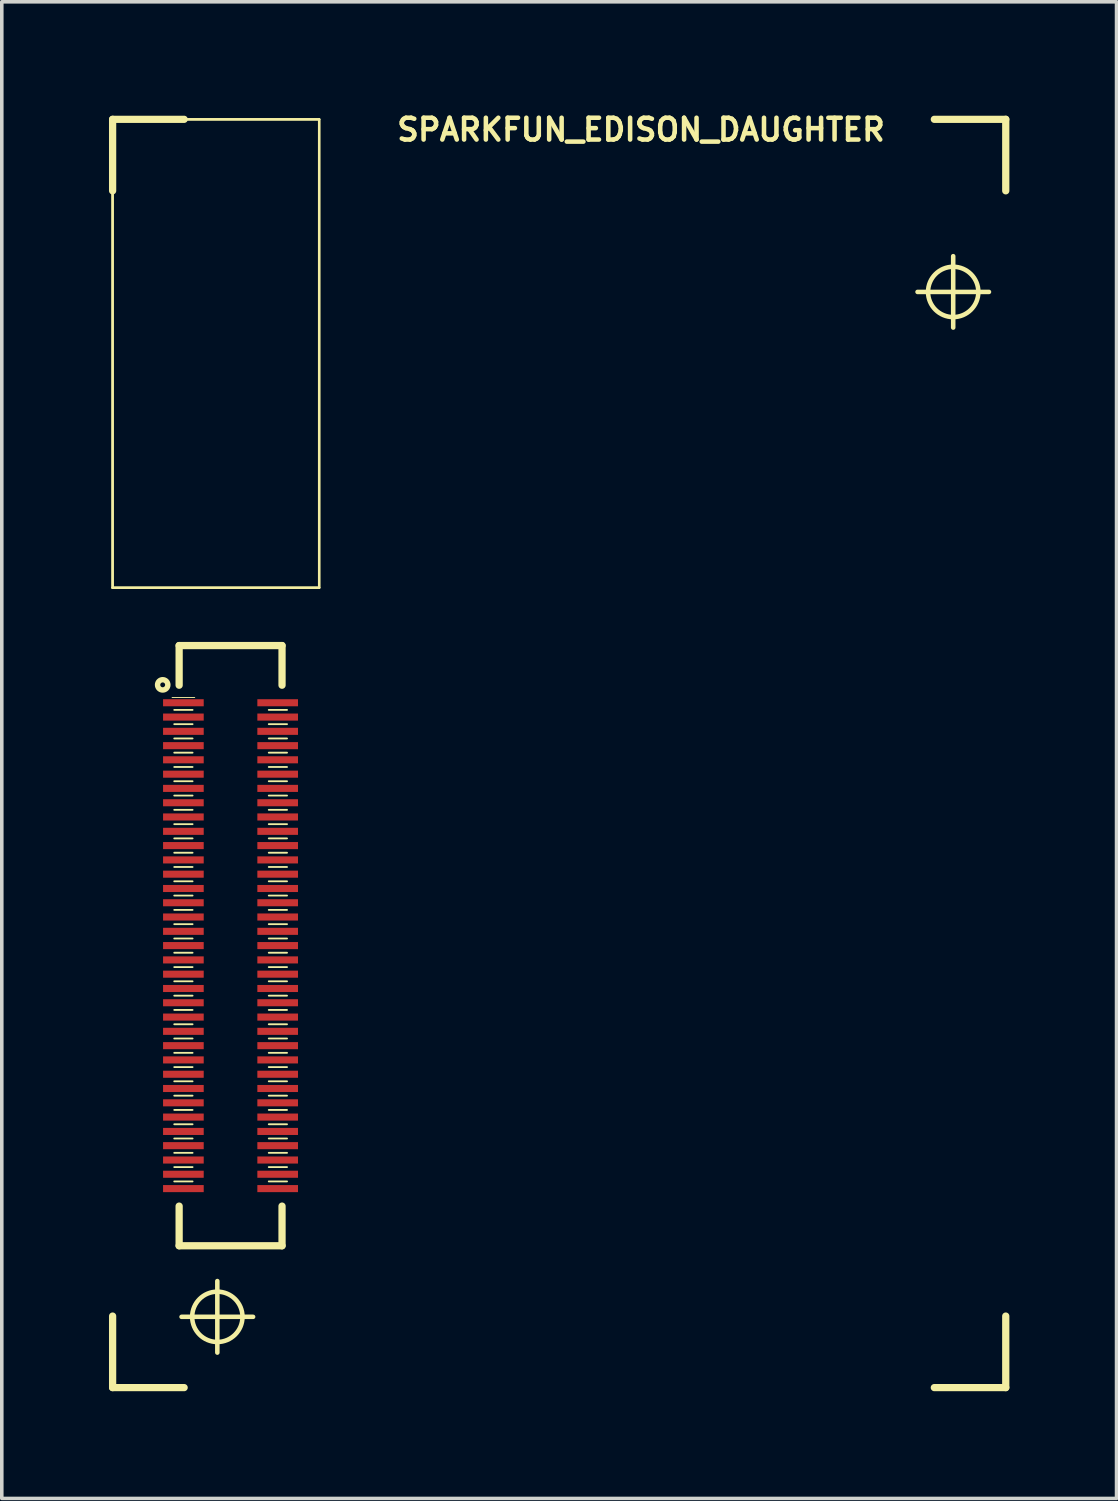
<source format=kicad_pcb>
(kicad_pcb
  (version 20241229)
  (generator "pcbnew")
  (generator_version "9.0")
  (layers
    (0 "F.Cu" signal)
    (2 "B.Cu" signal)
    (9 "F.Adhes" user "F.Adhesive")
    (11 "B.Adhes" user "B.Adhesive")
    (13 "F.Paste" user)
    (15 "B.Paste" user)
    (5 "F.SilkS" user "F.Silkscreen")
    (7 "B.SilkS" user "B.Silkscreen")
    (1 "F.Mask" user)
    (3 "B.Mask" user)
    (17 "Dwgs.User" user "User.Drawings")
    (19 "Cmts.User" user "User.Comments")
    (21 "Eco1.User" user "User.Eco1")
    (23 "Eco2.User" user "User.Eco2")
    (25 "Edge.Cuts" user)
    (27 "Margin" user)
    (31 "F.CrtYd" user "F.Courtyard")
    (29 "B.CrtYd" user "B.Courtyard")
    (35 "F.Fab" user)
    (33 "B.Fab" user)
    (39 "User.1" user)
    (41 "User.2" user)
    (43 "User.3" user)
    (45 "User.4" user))
  (footprint "SPARKFUN_EDISON_DAUGHTER"
    (layer "F.Cu")
    (at 14.072 18.009)
    (property "Reference" "SPARKFUN_EDISON_DAUGHTER" (at 0.82 -17.429 0) (layer "F.SilkS") (effects (font (size 0.61 0.61) (thickness 0.127))))
    (attr smd)
    (fp_line (start -13.97 -17.719) (end -11.968 -17.719) (stroke (width 0.203) (type solid)) (layer "F.SilkS"))
    (fp_line (start -13.97 -17.719) (end -8.189 -17.719) (stroke (width 0.066) (type solid)) (layer "F.SilkS"))
    (fp_line (start -13.97 -17.719) (end -8.189 -17.719) (stroke (width 0.066) (type solid)) (layer "F.SilkS"))
    (fp_line (start -13.97 -15.718) (end -13.97 -17.719) (stroke (width 0.203) (type solid)) (layer "F.SilkS"))
    (fp_line (start -13.97 -4.608) (end -13.97 -17.719) (stroke (width 0.066) (type solid)) (layer "F.SilkS"))
    (fp_line (start -13.97 -4.608) (end -13.97 -17.719) (stroke (width 0.066) (type solid)) (layer "F.SilkS"))
    (fp_line (start -13.97 -4.608) (end -8.189 -4.608) (stroke (width 0.066) (type solid)) (layer "F.SilkS"))
    (fp_line (start -13.97 -4.608) (end -8.189 -4.608) (stroke (width 0.066) (type solid)) (layer "F.SilkS"))
    (fp_line (start -13.97 17.78) (end -13.97 15.778) (stroke (width 0.203) (type solid)) (layer "F.SilkS"))
    (fp_line (start -12.306 -1.537) (end -11.671 -1.537) (stroke (width 0.025) (type solid)) (layer "F.SilkS"))
    (fp_line (start -12.245 -1.189) (end -11.732 -1.189) (stroke (width 0.051) (type solid)) (layer "F.SilkS"))
    (fp_line (start -12.245 -0.79) (end -11.732 -0.79) (stroke (width 0.051) (type solid)) (layer "F.SilkS"))
    (fp_line (start -12.245 -0.389) (end -11.732 -0.389) (stroke (width 0.051) (type solid)) (layer "F.SilkS"))
    (fp_line (start -12.245 0.008) (end -11.732 0.008) (stroke (width 0.051) (type solid)) (layer "F.SilkS"))
    (fp_line (start -12.245 0.409) (end -11.732 0.409) (stroke (width 0.051) (type solid)) (layer "F.SilkS"))
    (fp_line (start -12.245 0.808) (end -11.732 0.808) (stroke (width 0.051) (type solid)) (layer "F.SilkS"))
    (fp_line (start -12.245 1.209) (end -11.732 1.209) (stroke (width 0.051) (type solid)) (layer "F.SilkS"))
    (fp_line (start -12.245 1.608) (end -11.732 1.608) (stroke (width 0.051) (type solid)) (layer "F.SilkS"))
    (fp_line (start -12.245 2.009) (end -11.732 2.009) (stroke (width 0.051) (type solid)) (layer "F.SilkS"))
    (fp_line (start -12.245 2.408) (end -11.732 2.408) (stroke (width 0.051) (type solid)) (layer "F.SilkS"))
    (fp_line (start -12.245 2.809) (end -11.732 2.809) (stroke (width 0.051) (type solid)) (layer "F.SilkS"))
    (fp_line (start -12.245 3.208) (end -11.732 3.208) (stroke (width 0.051) (type solid)) (layer "F.SilkS"))
    (fp_line (start -12.245 3.609) (end -11.732 3.609) (stroke (width 0.051) (type solid)) (layer "F.SilkS"))
    (fp_line (start -12.245 4.008) (end -11.732 4.008) (stroke (width 0.051) (type solid)) (layer "F.SilkS"))
    (fp_line (start -12.245 4.409) (end -11.732 4.409) (stroke (width 0.051) (type solid)) (layer "F.SilkS"))
    (fp_line (start -12.245 4.808) (end -11.732 4.808) (stroke (width 0.051) (type solid)) (layer "F.SilkS"))
    (fp_line (start -12.245 5.21) (end -11.732 5.21) (stroke (width 0.051) (type solid)) (layer "F.SilkS"))
    (fp_line (start -12.245 5.608) (end -11.732 5.608) (stroke (width 0.051) (type solid)) (layer "F.SilkS"))
    (fp_line (start -12.245 6.01) (end -11.732 6.01) (stroke (width 0.051) (type solid)) (layer "F.SilkS"))
    (fp_line (start -12.245 6.408) (end -11.732 6.408) (stroke (width 0.051) (type solid)) (layer "F.SilkS"))
    (fp_line (start -12.245 6.81) (end -11.732 6.81) (stroke (width 0.051) (type solid)) (layer "F.SilkS"))
    (fp_line (start -12.245 7.209) (end -11.732 7.209) (stroke (width 0.051) (type solid)) (layer "F.SilkS"))
    (fp_line (start -12.245 7.61) (end -11.732 7.61) (stroke (width 0.051) (type solid)) (layer "F.SilkS"))
    (fp_line (start -12.245 8.009) (end -11.732 8.009) (stroke (width 0.051) (type solid)) (layer "F.SilkS"))
    (fp_line (start -12.245 8.41) (end -11.732 8.41) (stroke (width 0.051) (type solid)) (layer "F.SilkS"))
    (fp_line (start -12.245 8.809) (end -11.732 8.809) (stroke (width 0.051) (type solid)) (layer "F.SilkS"))
    (fp_line (start -12.245 9.207) (end -11.732 9.207) (stroke (width 0.051) (type solid)) (layer "F.SilkS"))
    (fp_line (start -12.245 9.609) (end -11.732 9.609) (stroke (width 0.051) (type solid)) (layer "F.SilkS"))
    (fp_line (start -12.245 10.008) (end -11.732 10.008) (stroke (width 0.051) (type solid)) (layer "F.SilkS"))
    (fp_line (start -12.245 10.409) (end -11.732 10.409) (stroke (width 0.051) (type solid)) (layer "F.SilkS"))
    (fp_line (start -12.245 10.808) (end -11.732 10.808) (stroke (width 0.051) (type solid)) (layer "F.SilkS"))
    (fp_line (start -12.245 11.209) (end -11.732 11.209) (stroke (width 0.051) (type solid)) (layer "F.SilkS"))
    (fp_line (start -12.245 11.608) (end -11.732 11.608) (stroke (width 0.051) (type solid)) (layer "F.SilkS"))
    (fp_line (start -12.245 12.009) (end -11.732 12.009) (stroke (width 0.051) (type solid)) (layer "F.SilkS"))
    (fp_line (start -12.108 -2.99) (end -12.108 -1.88) (stroke (width 0.203) (type solid)) (layer "F.SilkS"))
    (fp_line (start -12.108 -2.99) (end -9.228 -2.99) (stroke (width 0.203) (type solid)) (layer "F.SilkS"))
    (fp_line (start -12.108 12.7) (end -12.108 13.81) (stroke (width 0.203) (type solid)) (layer "F.SilkS"))
    (fp_line (start -12.04 15.799) (end -10.038 15.799) (stroke (width 0.127) (type solid)) (layer "F.SilkS"))
    (fp_line (start -11.968 17.78) (end -13.97 17.78) (stroke (width 0.203) (type solid)) (layer "F.SilkS"))
    (fp_line (start -11.039 16.8) (end -11.039 14.798) (stroke (width 0.127) (type solid)) (layer "F.SilkS"))
    (fp_line (start -9.599 -1.189) (end -9.088 -1.189) (stroke (width 0.051) (type solid)) (layer "F.SilkS"))
    (fp_line (start -9.599 -0.79) (end -9.088 -0.79) (stroke (width 0.051) (type solid)) (layer "F.SilkS"))
    (fp_line (start -9.599 -0.389) (end -9.088 -0.389) (stroke (width 0.051) (type solid)) (layer "F.SilkS"))
    (fp_line (start -9.599 0.008) (end -9.088 0.008) (stroke (width 0.051) (type solid)) (layer "F.SilkS"))
    (fp_line (start -9.599 0.409) (end -9.088 0.409) (stroke (width 0.051) (type solid)) (layer "F.SilkS"))
    (fp_line (start -9.599 0.808) (end -9.088 0.808) (stroke (width 0.051) (type solid)) (layer "F.SilkS"))
    (fp_line (start -9.599 1.209) (end -9.088 1.209) (stroke (width 0.051) (type solid)) (layer "F.SilkS"))
    (fp_line (start -9.599 1.608) (end -9.088 1.608) (stroke (width 0.051) (type solid)) (layer "F.SilkS"))
    (fp_line (start -9.599 2.009) (end -9.088 2.009) (stroke (width 0.051) (type solid)) (layer "F.SilkS"))
    (fp_line (start -9.599 2.408) (end -9.088 2.408) (stroke (width 0.051) (type solid)) (layer "F.SilkS"))
    (fp_line (start -9.599 2.809) (end -9.088 2.809) (stroke (width 0.051) (type solid)) (layer "F.SilkS"))
    (fp_line (start -9.599 3.208) (end -9.088 3.208) (stroke (width 0.051) (type solid)) (layer "F.SilkS"))
    (fp_line (start -9.599 3.609) (end -9.088 3.609) (stroke (width 0.051) (type solid)) (layer "F.SilkS"))
    (fp_line (start -9.599 4.008) (end -9.088 4.008) (stroke (width 0.051) (type solid)) (layer "F.SilkS"))
    (fp_line (start -9.599 4.409) (end -9.088 4.409) (stroke (width 0.051) (type solid)) (layer "F.SilkS"))
    (fp_line (start -9.599 4.808) (end -9.088 4.808) (stroke (width 0.051) (type solid)) (layer "F.SilkS"))
    (fp_line (start -9.599 5.21) (end -9.088 5.21) (stroke (width 0.051) (type solid)) (layer "F.SilkS"))
    (fp_line (start -9.599 5.608) (end -9.088 5.608) (stroke (width 0.051) (type solid)) (layer "F.SilkS"))
    (fp_line (start -9.599 6.01) (end -9.088 6.01) (stroke (width 0.051) (type solid)) (layer "F.SilkS"))
    (fp_line (start -9.599 6.408) (end -9.088 6.408) (stroke (width 0.051) (type solid)) (layer "F.SilkS"))
    (fp_line (start -9.599 6.81) (end -9.088 6.81) (stroke (width 0.051) (type solid)) (layer "F.SilkS"))
    (fp_line (start -9.599 7.209) (end -9.088 7.209) (stroke (width 0.051) (type solid)) (layer "F.SilkS"))
    (fp_line (start -9.599 7.61) (end -9.088 7.61) (stroke (width 0.051) (type solid)) (layer "F.SilkS"))
    (fp_line (start -9.599 8.009) (end -9.088 8.009) (stroke (width 0.051) (type solid)) (layer "F.SilkS"))
    (fp_line (start -9.599 8.41) (end -9.088 8.41) (stroke (width 0.051) (type solid)) (layer "F.SilkS"))
    (fp_line (start -9.599 8.809) (end -9.088 8.809) (stroke (width 0.051) (type solid)) (layer "F.SilkS"))
    (fp_line (start -9.599 9.207) (end -9.088 9.207) (stroke (width 0.051) (type solid)) (layer "F.SilkS"))
    (fp_line (start -9.599 9.609) (end -9.088 9.609) (stroke (width 0.051) (type solid)) (layer "F.SilkS"))
    (fp_line (start -9.599 10.008) (end -9.088 10.008) (stroke (width 0.051) (type solid)) (layer "F.SilkS"))
    (fp_line (start -9.599 10.409) (end -9.088 10.409) (stroke (width 0.051) (type solid)) (layer "F.SilkS"))
    (fp_line (start -9.599 10.808) (end -9.088 10.808) (stroke (width 0.051) (type solid)) (layer "F.SilkS"))
    (fp_line (start -9.599 11.209) (end -9.088 11.209) (stroke (width 0.051) (type solid)) (layer "F.SilkS"))
    (fp_line (start -9.599 11.608) (end -9.088 11.608) (stroke (width 0.051) (type solid)) (layer "F.SilkS"))
    (fp_line (start -9.599 12.009) (end -9.088 12.009) (stroke (width 0.051) (type solid)) (layer "F.SilkS"))
    (fp_line (start -9.228 -2.99) (end -9.228 -1.88) (stroke (width 0.203) (type solid)) (layer "F.SilkS"))
    (fp_line (start -9.228 12.7) (end -9.228 13.81) (stroke (width 0.203) (type solid)) (layer "F.SilkS"))
    (fp_line (start -9.228 13.81) (end -12.108 13.81) (stroke (width 0.203) (type solid)) (layer "F.SilkS"))
    (fp_line (start -8.189 -4.608) (end -8.189 -17.719) (stroke (width 0.066) (type solid)) (layer "F.SilkS"))
    (fp_line (start -8.189 -4.608) (end -8.189 -17.719) (stroke (width 0.066) (type solid)) (layer "F.SilkS"))
    (fp_line (start 8.56 -12.888) (end 10.559 -12.888) (stroke (width 0.127) (type solid)) (layer "F.SilkS"))
    (fp_line (start 9.03 -17.719) (end 11.029 -17.719) (stroke (width 0.203) (type solid)) (layer "F.SilkS"))
    (fp_line (start 9.558 -11.89) (end 9.558 -13.889) (stroke (width 0.127) (type solid)) (layer "F.SilkS"))
    (fp_line (start 11.029 -17.719) (end 11.029 -15.718) (stroke (width 0.203) (type solid)) (layer "F.SilkS"))
    (fp_line (start 11.029 15.778) (end 11.029 17.78) (stroke (width 0.203) (type solid)) (layer "F.SilkS"))
    (fp_line (start 11.029 17.78) (end 9.03 17.78) (stroke (width 0.203) (type solid)) (layer "F.SilkS"))
    (fp_circle (center -12.568 -1.89) (end -12.616 -1.938) (stroke (width 0.152) (type solid)) (fill no) (layer "F.SilkS"))
    (fp_circle (center -11.039 15.799) (end -11.537 16.297) (stroke (width 0.127) (type solid)) (fill no) (layer "F.SilkS"))
    (fp_circle (center 9.558 -12.888) (end 10.056 -13.386) (stroke (width 0.127) (type solid)) (fill no) (layer "F.SilkS"))
    (pad "1" smd rect (at -11.989 -1.389 90) (size 0.198 1.138) (layers "F.Cu" "F.Mask" "F.Paste"))
    (pad "2" smd rect (at -9.35 -1.389 90) (size 0.198 1.138) (layers "F.Cu" "F.Mask" "F.Paste"))
    (pad "3" smd rect (at -11.989 -0.988 90) (size 0.198 1.138) (layers "F.Cu" "F.Mask" "F.Paste"))
    (pad "4" smd rect (at -9.35 -0.988 90) (size 0.198 1.138) (layers "F.Cu" "F.Mask" "F.Paste"))
    (pad "5" smd rect (at -11.989 -0.589 90) (size 0.198 1.138) (layers "F.Cu" "F.Mask" "F.Paste"))
    (pad "6" smd rect (at -9.35 -0.589 90) (size 0.198 1.138) (layers "F.Cu" "F.Mask" "F.Paste"))
    (pad "7" smd rect (at -11.989 -0.188 90) (size 0.198 1.138) (layers "F.Cu" "F.Mask" "F.Paste"))
    (pad "8" smd rect (at -9.35 -0.188 90) (size 0.198 1.138) (layers "F.Cu" "F.Mask" "F.Paste"))
    (pad "9" smd rect (at -11.989 0.208 90) (size 0.198 1.138) (layers "F.Cu" "F.Mask" "F.Paste"))
    (pad "10" smd rect (at -9.35 0.208 90) (size 0.198 1.138) (layers "F.Cu" "F.Mask" "F.Paste"))
    (pad "11" smd rect (at -11.989 0.61 90) (size 0.198 1.138) (layers "F.Cu" "F.Mask" "F.Paste"))
    (pad "12" smd rect (at -9.35 0.61 90) (size 0.198 1.138) (layers "F.Cu" "F.Mask" "F.Paste"))
    (pad "13" smd rect (at -11.989 1.008 90) (size 0.198 1.138) (layers "F.Cu" "F.Mask" "F.Paste"))
    (pad "14" smd rect (at -9.35 1.008 90) (size 0.198 1.138) (layers "F.Cu" "F.Mask" "F.Paste"))
    (pad "15" smd rect (at -11.989 1.41 90) (size 0.198 1.138) (layers "F.Cu" "F.Mask" "F.Paste"))
    (pad "16" smd rect (at -9.35 1.41 90) (size 0.198 1.138) (layers "F.Cu" "F.Mask" "F.Paste"))
    (pad "17" smd rect (at -11.989 1.808 90) (size 0.198 1.138) (layers "F.Cu" "F.Mask" "F.Paste"))
    (pad "18" smd rect (at -9.35 1.808 90) (size 0.198 1.138) (layers "F.Cu" "F.Mask" "F.Paste"))
    (pad "19" smd rect (at -11.989 2.21 90) (size 0.198 1.138) (layers "F.Cu" "F.Mask" "F.Paste"))
    (pad "20" smd rect (at -9.35 2.21 90) (size 0.198 1.138) (layers "F.Cu" "F.Mask" "F.Paste"))
    (pad "21" smd rect (at -11.989 2.609 90) (size 0.198 1.138) (layers "F.Cu" "F.Mask" "F.Paste"))
    (pad "22" smd rect (at -9.35 2.609 90) (size 0.198 1.138) (layers "F.Cu" "F.Mask" "F.Paste"))
    (pad "23" smd rect (at -11.989 3.01 90) (size 0.198 1.138) (layers "F.Cu" "F.Mask" "F.Paste"))
    (pad "24" smd rect (at -9.35 3.01 90) (size 0.198 1.138) (layers "F.Cu" "F.Mask" "F.Paste"))
    (pad "25" smd rect (at -11.989 3.409 90) (size 0.198 1.138) (layers "F.Cu" "F.Mask" "F.Paste"))
    (pad "26" smd rect (at -9.35 3.409 90) (size 0.198 1.138) (layers "F.Cu" "F.Mask" "F.Paste"))
    (pad "27" smd rect (at -11.989 3.81 90) (size 0.198 1.138) (layers "F.Cu" "F.Mask" "F.Paste"))
    (pad "28" smd rect (at -9.35 3.81 90) (size 0.198 1.138) (layers "F.Cu" "F.Mask" "F.Paste"))
    (pad "29" smd rect (at -11.989 4.209 90) (size 0.198 1.138) (layers "F.Cu" "F.Mask" "F.Paste"))
    (pad "30" smd rect (at -9.35 4.209 90) (size 0.198 1.138) (layers "F.Cu" "F.Mask" "F.Paste"))
    (pad "31" smd rect (at -11.989 4.608 90) (size 0.198 1.138) (layers "F.Cu" "F.Mask" "F.Paste"))
    (pad "32" smd rect (at -9.35 4.608 90) (size 0.198 1.138) (layers "F.Cu" "F.Mask" "F.Paste"))
    (pad "33" smd rect (at -11.989 5.009 90) (size 0.198 1.138) (layers "F.Cu" "F.Mask" "F.Paste"))
    (pad "34" smd rect (at -9.35 5.009 90) (size 0.198 1.138) (layers "F.Cu" "F.Mask" "F.Paste"))
    (pad "35" smd rect (at -11.989 5.408 90) (size 0.198 1.138) (layers "F.Cu" "F.Mask" "F.Paste"))
    (pad "36" smd rect (at -9.35 5.408 90) (size 0.198 1.138) (layers "F.Cu" "F.Mask" "F.Paste"))
    (pad "37" smd rect (at -11.989 5.809 90) (size 0.198 1.138) (layers "F.Cu" "F.Mask" "F.Paste"))
    (pad "38" smd rect (at -9.35 5.809 90) (size 0.198 1.138) (layers "F.Cu" "F.Mask" "F.Paste"))
    (pad "39" smd rect (at -11.989 6.208 90) (size 0.198 1.138) (layers "F.Cu" "F.Mask" "F.Paste"))
    (pad "40" smd rect (at -9.35 6.208 90) (size 0.198 1.138) (layers "F.Cu" "F.Mask" "F.Paste"))
    (pad "41" smd rect (at -11.989 6.609 90) (size 0.198 1.138) (layers "F.Cu" "F.Mask" "F.Paste"))
    (pad "42" smd rect (at -9.35 6.609 90) (size 0.198 1.138) (layers "F.Cu" "F.Mask" "F.Paste"))
    (pad "43" smd rect (at -11.989 7.008 90) (size 0.198 1.138) (layers "F.Cu" "F.Mask" "F.Paste"))
    (pad "44" smd rect (at -9.35 7.008 90) (size 0.198 1.138) (layers "F.Cu" "F.Mask" "F.Paste"))
    (pad "45" smd rect (at -11.989 7.409 90) (size 0.198 1.138) (layers "F.Cu" "F.Mask" "F.Paste"))
    (pad "46" smd rect (at -9.35 7.409 90) (size 0.198 1.138) (layers "F.Cu" "F.Mask" "F.Paste"))
    (pad "47" smd rect (at -11.989 7.808 90) (size 0.198 1.138) (layers "F.Cu" "F.Mask" "F.Paste"))
    (pad "48" smd rect (at -9.35 7.808 90) (size 0.198 1.138) (layers "F.Cu" "F.Mask" "F.Paste"))
    (pad "49" smd rect (at -11.989 8.209 90) (size 0.198 1.138) (layers "F.Cu" "F.Mask" "F.Paste"))
    (pad "50" smd rect (at -9.35 8.209 90) (size 0.198 1.138) (layers "F.Cu" "F.Mask" "F.Paste"))
    (pad "51" smd rect (at -11.989 8.608 90) (size 0.198 1.138) (layers "F.Cu" "F.Mask" "F.Paste"))
    (pad "52" smd rect (at -9.35 8.608 90) (size 0.198 1.138) (layers "F.Cu" "F.Mask" "F.Paste"))
    (pad "53" smd rect (at -11.989 9.009 90) (size 0.198 1.138) (layers "F.Cu" "F.Mask" "F.Paste"))
    (pad "54" smd rect (at -9.35 9.009 90) (size 0.198 1.138) (layers "F.Cu" "F.Mask" "F.Paste"))
    (pad "55" smd rect (at -11.989 9.408 90) (size 0.198 1.138) (layers "F.Cu" "F.Mask" "F.Paste"))
    (pad "56" smd rect (at -9.35 9.408 90) (size 0.198 1.138) (layers "F.Cu" "F.Mask" "F.Paste"))
    (pad "57" smd rect (at -11.989 9.809 90) (size 0.198 1.138) (layers "F.Cu" "F.Mask" "F.Paste"))
    (pad "58" smd rect (at -9.35 9.809 90) (size 0.198 1.138) (layers "F.Cu" "F.Mask" "F.Paste"))
    (pad "59" smd rect (at -11.989 10.208 90) (size 0.198 1.138) (layers "F.Cu" "F.Mask" "F.Paste"))
    (pad "60" smd rect (at -9.35 10.208 90) (size 0.198 1.138) (layers "F.Cu" "F.Mask" "F.Paste"))
    (pad "61" smd rect (at -11.989 10.61 90) (size 0.198 1.138) (layers "F.Cu" "F.Mask" "F.Paste"))
    (pad "62" smd rect (at -9.35 10.61 90) (size 0.198 1.138) (layers "F.Cu" "F.Mask" "F.Paste"))
    (pad "63" smd rect (at -11.989 11.008 90) (size 0.198 1.138) (layers "F.Cu" "F.Mask" "F.Paste"))
    (pad "64" smd rect (at -9.35 11.008 90) (size 0.198 1.138) (layers "F.Cu" "F.Mask" "F.Paste"))
    (pad "65" smd rect (at -11.989 11.41 90) (size 0.198 1.138) (layers "F.Cu" "F.Mask" "F.Paste"))
    (pad "66" smd rect (at -9.35 11.41 90) (size 0.198 1.138) (layers "F.Cu" "F.Mask" "F.Paste"))
    (pad "67" smd rect (at -11.989 11.808 90) (size 0.198 1.138) (layers "F.Cu" "F.Mask" "F.Paste"))
    (pad "68" smd rect (at -9.35 11.808 90) (size 0.198 1.138) (layers "F.Cu" "F.Mask" "F.Paste"))
    (pad "69" smd rect (at -11.989 12.21 90) (size 0.198 1.138) (layers "F.Cu" "F.Mask" "F.Paste"))
    (pad "70" smd rect (at -9.35 12.21 90) (size 0.198 1.138) (layers "F.Cu" "F.Mask" "F.Paste")))
  (gr_rect
    (start -3 -3)
    (end 28.202 38.891)
    (stroke (width 0.1) (type default))
    (fill no)
    (layer "Edge.Cuts")))
</source>
